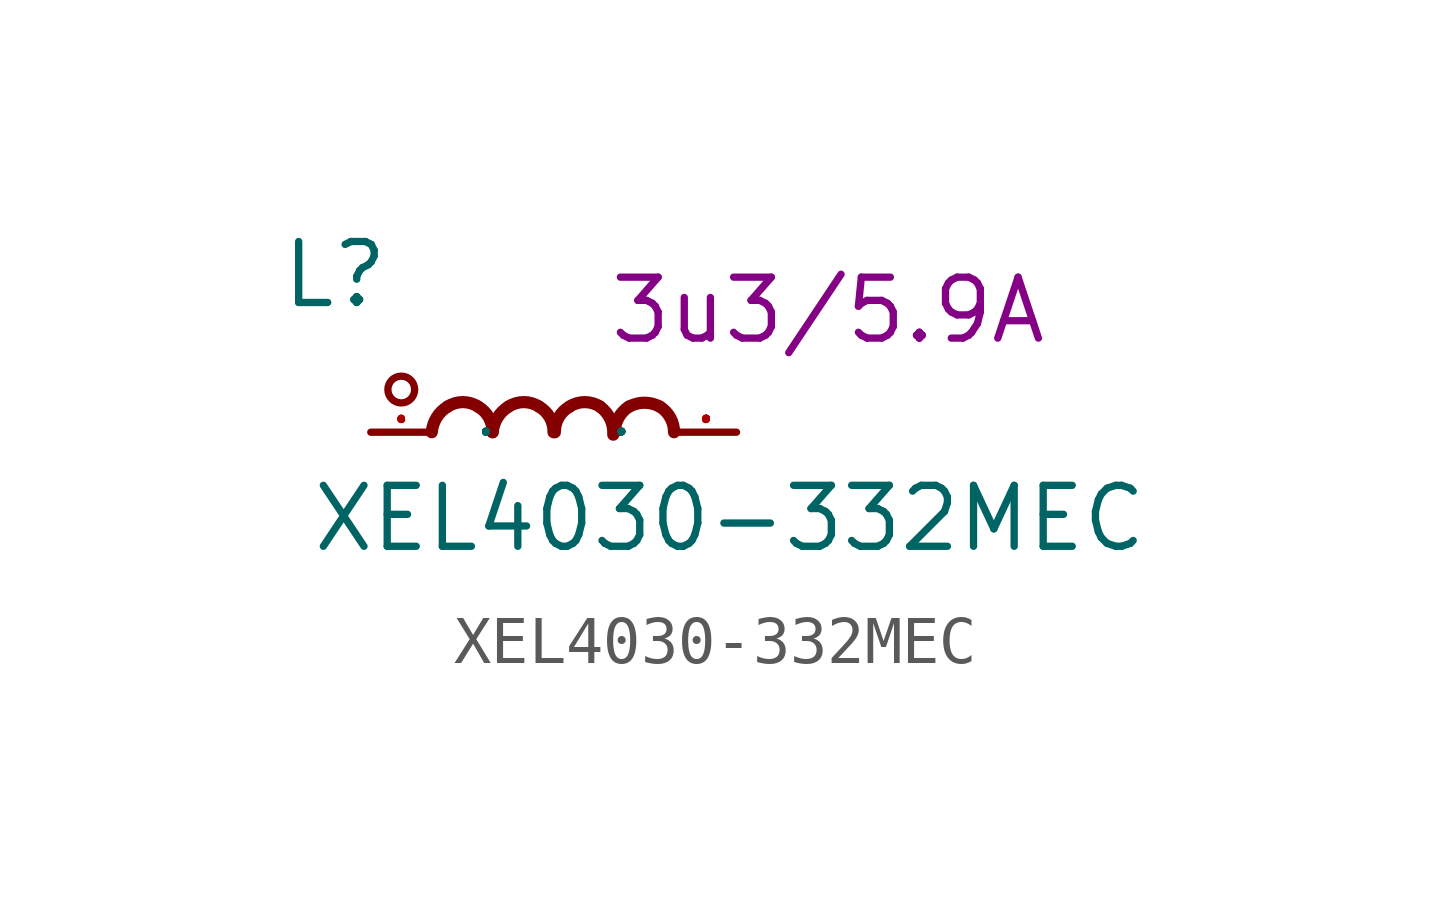
<source format=kicad_sym>
(kicad_symbol_lib
  (version 20211014)
  (generator kicad_symbol_editor)
  (symbol "XEL4030-332MEC"
    (pin_names
      (offset 1.016))
    (property "Reference" "L"
      (at -5.715 2.54 0)
      (effects (font (size 1.27 1.27)) (justify left bottom)))
    (property "Value" "XEL4030-332MEC"
      (at -5.08 -2.54 0)
      (effects (font (size 1.27 1.27)) (justify left bottom)))
    (property "Val" "3u3/5.9A"
      (at 5.715 2.54 0)
      (effects (font (size 1.27 1.27))))
    (symbol "XEL4030-332MEC_0_1"
      (circle (center -3.175 0.889) (radius 0.279) (stroke (width 0) (type default) (color 0 0 0 0)) (fill (type none)))
      (pin passive line (at -3.81 0 0) (length 1.27) (name "P" (effects (font (size 0.025 0.025)))) (number "1" (effects (font (size 0.025 0.025)))))
      (pin passive line (at 3.81 0 180) (length 1.27) (name "P" (effects (font (size 0.025 0.025)))) (number "2" (effects (font (size 0.025 0.025))))))
    (symbol "XEL4030-332MEC_1_1"
      (arc (start -2.2098 0.5334) (mid -2.4364 0.3084) (end -2.54 0) (stroke (width 0.254) (type default) (color 0 0 0 0)) (fill (type none)))
      (arc (start -1.5748 0.5334) (mid -1.894 0.6272) (end -2.2098 0.5334) (stroke (width 0.254) (type default) (color 0 0 0 0)) (fill (type none)))
      (arc (start -1.27 0) (mid -1.3503 0.309) (end -1.5748 0.5334) (stroke (width 0.254) (type default) (color 0 0 0 0)) (fill (type none)))
      (arc (start -0.9398 0.5334) (mid -1.1664 0.3084) (end -1.27 0) (stroke (width 0.254) (type default) (color 0 0 0 0)) (fill (type none)))
      (arc (start -0.3048 0.5334) (mid -0.624 0.6272) (end -0.9398 0.5334) (stroke (width 0.254) (type default) (color 0 0 0 0)) (fill (type none)))
      (arc (start 0 0) (mid -0.0803 0.309) (end -0.3048 0.5334) (stroke (width 0.254) (type default) (color 0 0 0 0)) (fill (type none)))
      (arc (start 0.3302 0.5334) (mid 0.1036 0.3084) (end 0.0254 0) (stroke (width 0.254) (type default) (color 0 0 0 0)) (fill (type none)))
      (arc (start 0.9652 0.5334) (mid 0.646 0.6272) (end 0.3302 0.5334) (stroke (width 0.254) (type default) (color 0 0 0 0)) (fill (type none)))
      (arc (start 1.2446 -0.0508) (mid 1.1813 0.2752) (end 0.9652 0.5334) (stroke (width 0.254) (type default) (color 0 0 0 0)) (fill (type none)))
      (arc (start 1.5748 0.5334) (mid 1.357 0.3053) (end 1.27 0) (stroke (width 0.254) (type default) (color 0 0 0 0)) (fill (type none)))
      (arc (start 2.2098 0.5334) (mid 1.8942 0.6142) (end 1.5748 0.5334) (stroke (width 0.254) (type default) (color 0 0 0 0)) (fill (type none)))
      (arc (start 2.5146 0) (mid 2.4322 0.306) (end 2.2098 0.5334) (stroke (width 0.254) (type default) (color 0 0 0 0)) (fill (type none))))))
</source>
